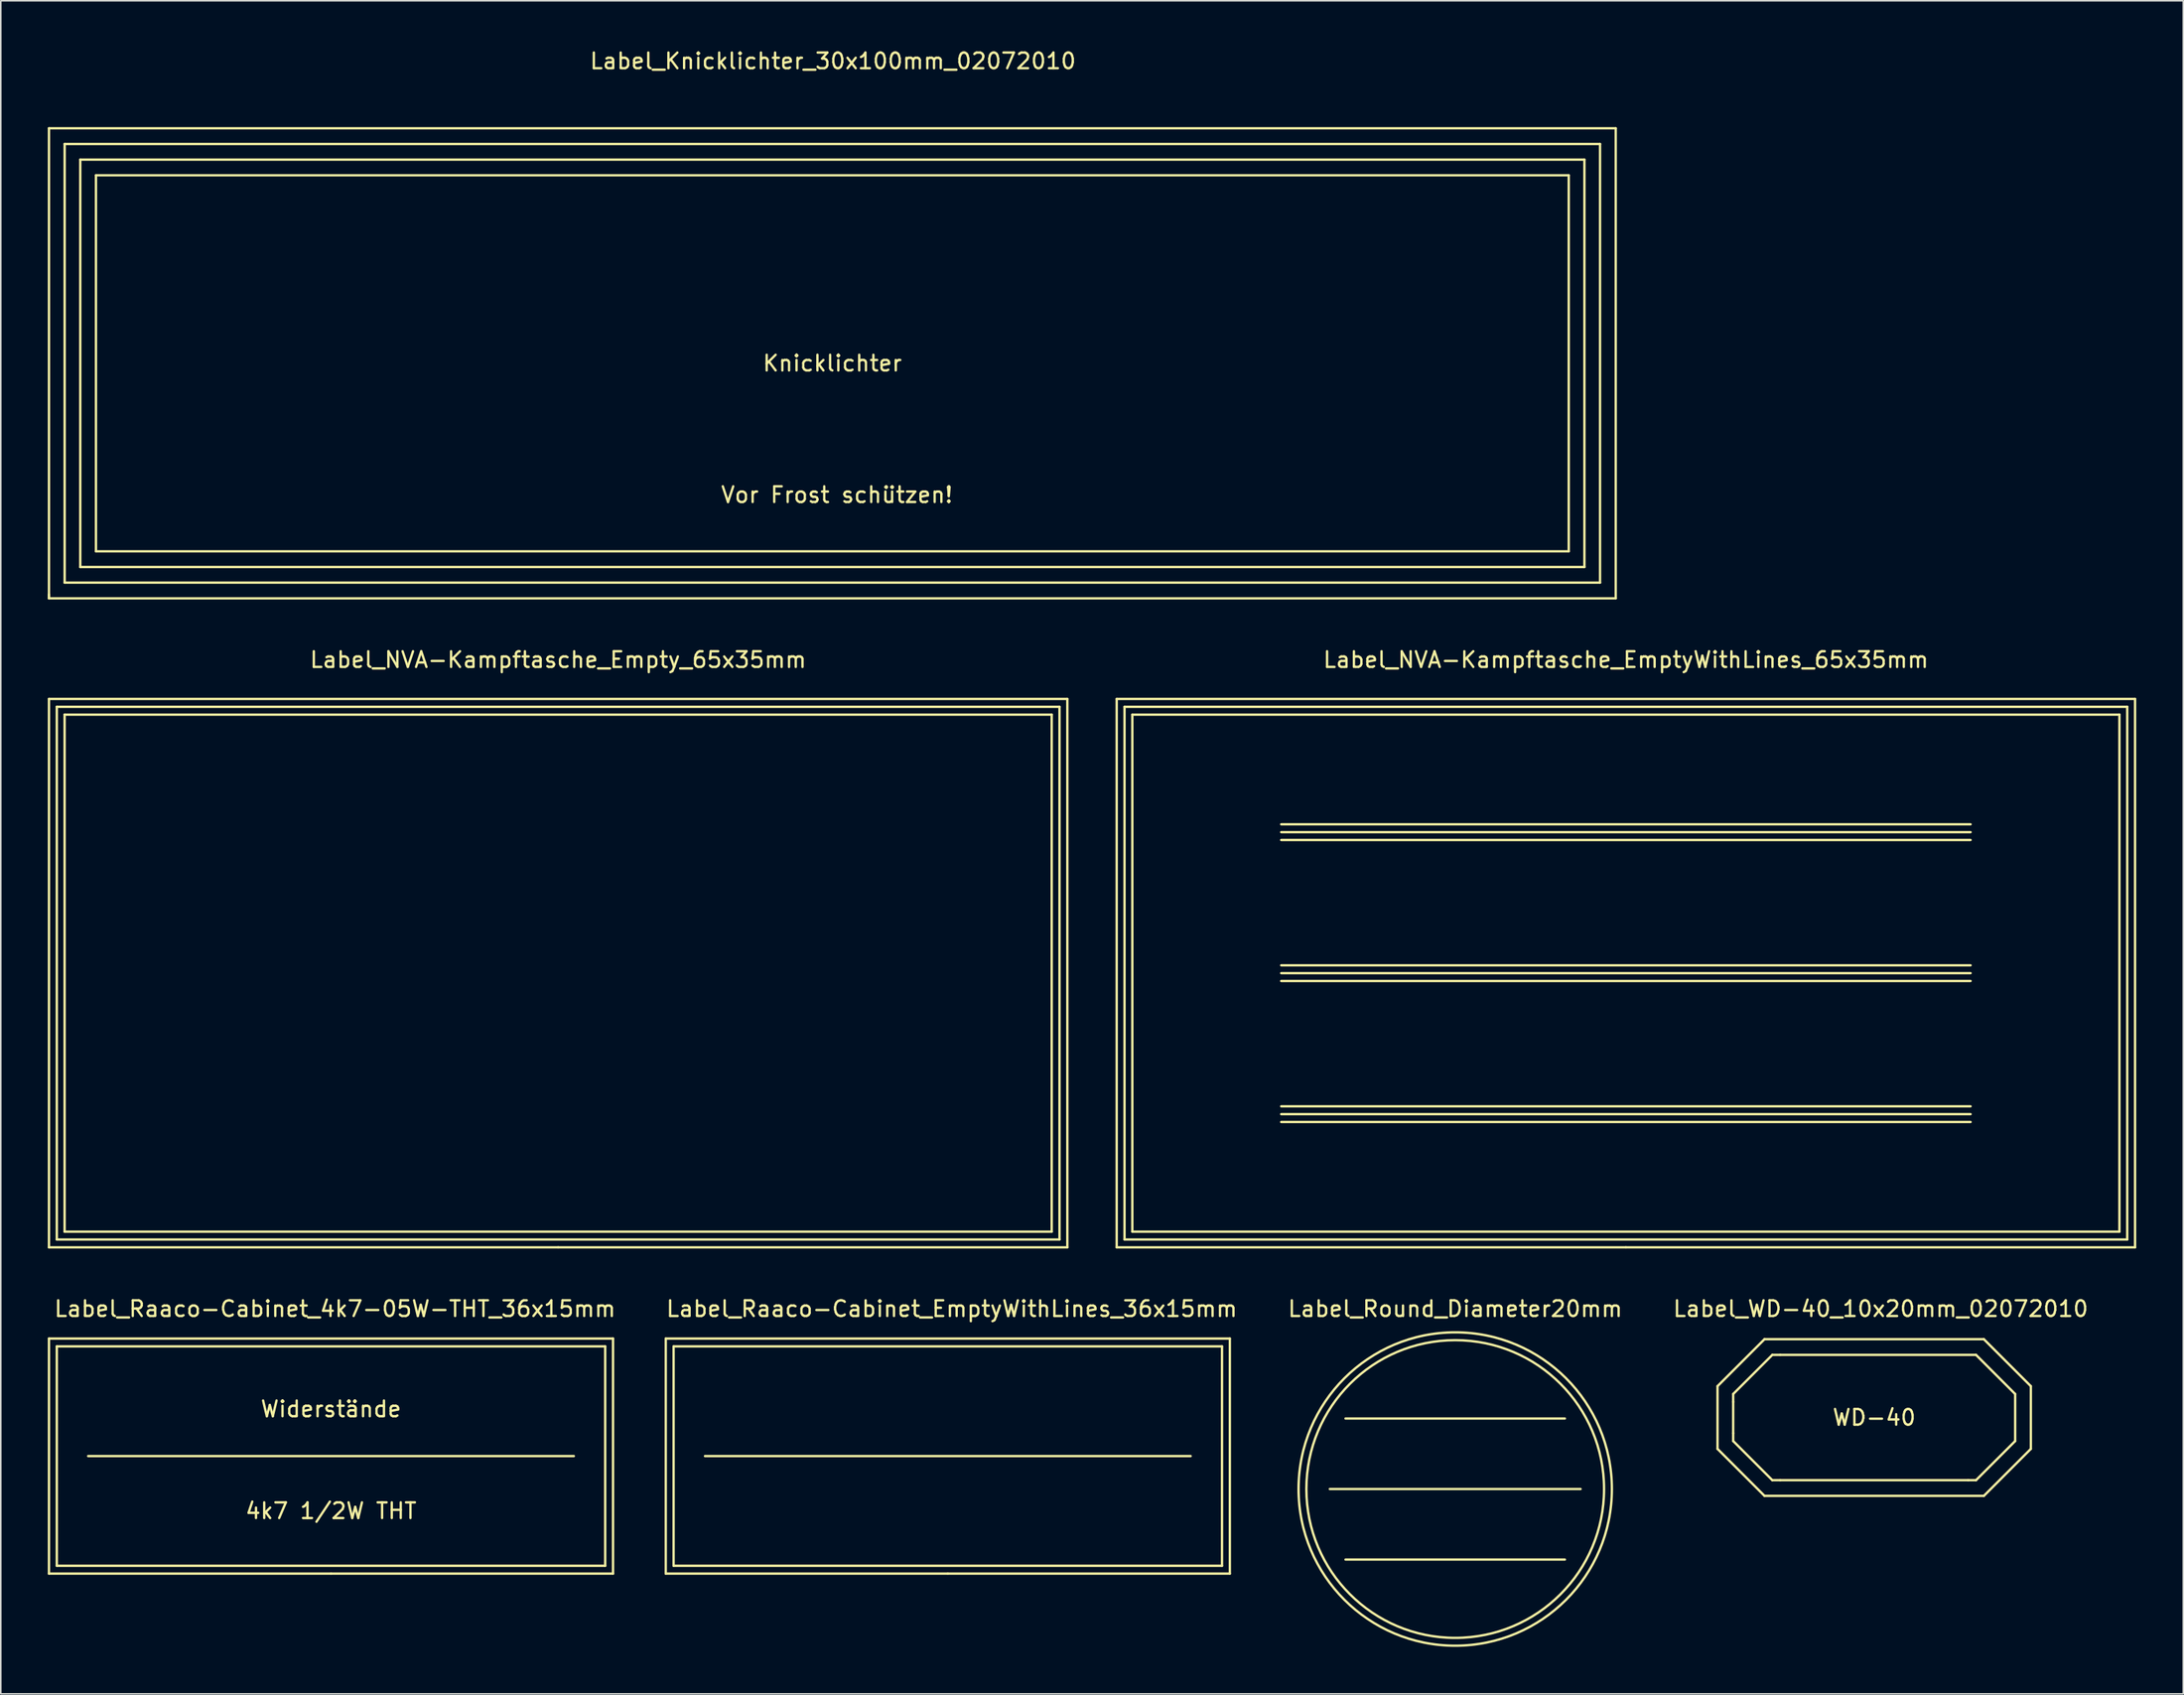
<source format=kicad_pcb>
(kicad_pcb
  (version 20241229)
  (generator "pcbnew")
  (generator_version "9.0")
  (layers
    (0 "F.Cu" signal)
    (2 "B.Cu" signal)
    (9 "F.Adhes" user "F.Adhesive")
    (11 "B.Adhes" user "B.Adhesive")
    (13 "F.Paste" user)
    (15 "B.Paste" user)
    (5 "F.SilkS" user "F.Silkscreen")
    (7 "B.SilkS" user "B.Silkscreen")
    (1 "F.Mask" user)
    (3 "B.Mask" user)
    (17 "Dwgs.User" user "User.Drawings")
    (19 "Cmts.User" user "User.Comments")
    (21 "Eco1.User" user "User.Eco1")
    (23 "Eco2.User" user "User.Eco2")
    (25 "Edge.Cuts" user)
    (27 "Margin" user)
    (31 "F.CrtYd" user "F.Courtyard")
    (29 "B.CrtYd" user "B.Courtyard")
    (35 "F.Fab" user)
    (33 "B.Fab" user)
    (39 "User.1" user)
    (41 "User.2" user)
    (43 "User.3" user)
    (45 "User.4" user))
  (footprint "Label_WD-40_10x20mm_02072010"
    (layer "F.Cu")
    (at 116.985 87.597)
    (property "Reference" "Label_WD-40_10x20mm_02072010" (at 0 -7.112 0) (layer "F.SilkS") (effects (font (size 1 1) (thickness 0.15))))
    (attr through_hole)
    (fp_line (start -10.414 -2.174) (end -10.414 1.826) (stroke (width 0.15) (type solid)) (layer "F.SilkS"))
    (fp_line (start -10.414 -2.174) (end -7.414 -5.174) (stroke (width 0.15) (type solid)) (layer "F.SilkS"))
    (fp_line (start -10.414 1.826) (end -7.414 4.826) (stroke (width 0.15) (type solid)) (layer "F.SilkS"))
    (fp_line (start -9.413 -1.674) (end -6.914 -4.173) (stroke (width 0.15) (type solid)) (layer "F.SilkS"))
    (fp_line (start -9.413 -1.173) (end -9.413 -1.674) (stroke (width 0.15) (type solid)) (layer "F.SilkS"))
    (fp_line (start -9.413 -1.173) (end -9.413 0.826) (stroke (width 0.15) (type solid)) (layer "F.SilkS"))
    (fp_line (start -9.413 0.826) (end -9.413 1.326) (stroke (width 0.15) (type solid)) (layer "F.SilkS"))
    (fp_line (start -9.413 1.326) (end -6.914 3.825) (stroke (width 0.15) (type solid)) (layer "F.SilkS"))
    (fp_line (start -7.414 -5.174) (end 6.586 -5.174) (stroke (width 0.15) (type solid)) (layer "F.SilkS"))
    (fp_line (start -6.914 -4.173) (end -6.413 -4.173) (stroke (width 0.15) (type solid)) (layer "F.SilkS"))
    (fp_line (start -6.914 3.825) (end -6.413 3.825) (stroke (width 0.15) (type solid)) (layer "F.SilkS"))
    (fp_line (start -6.413 3.825) (end 5.585 3.825) (stroke (width 0.15) (type solid)) (layer "F.SilkS"))
    (fp_line (start 6.086 -4.173) (end -6.413 -4.173) (stroke (width 0.15) (type solid)) (layer "F.SilkS"))
    (fp_line (start 6.086 3.825) (end 5.585 3.825) (stroke (width 0.15) (type solid)) (layer "F.SilkS"))
    (fp_line (start 6.586 4.826) (end -7.414 4.826) (stroke (width 0.15) (type solid)) (layer "F.SilkS"))
    (fp_line (start 6.586 4.826) (end 9.586 1.826) (stroke (width 0.15) (type solid)) (layer "F.SilkS"))
    (fp_line (start 8.585 -1.674) (end 6.086 -4.173) (stroke (width 0.15) (type solid)) (layer "F.SilkS"))
    (fp_line (start 8.585 -1.674) (end 8.585 1.326) (stroke (width 0.15) (type solid)) (layer "F.SilkS"))
    (fp_line (start 8.585 1.326) (end 6.086 3.825) (stroke (width 0.15) (type solid)) (layer "F.SilkS"))
    (fp_line (start 9.586 -2.174) (end 6.586 -5.174) (stroke (width 0.15) (type solid)) (layer "F.SilkS"))
    (fp_line (start 9.586 -2.174) (end 9.586 1.826) (stroke (width 0.15) (type solid)) (layer "F.SilkS"))
    (fp_text user "WD-40" (at -0.414 -0.175 0) (layer "F.SilkS") (effects (font (size 1 1) (thickness 0.15)))))
  (footprint "Label_Knicklichter_30x100mm_02072010"
    (layer "F.Cu")
    (at 50.113 20.152)
    (property "Reference" "Label_Knicklichter_30x100mm_02072010" (at 0 -19.304 0) (layer "F.SilkS") (effects (font (size 1 1) (thickness 0.15))))
    (attr through_hole)
    (fp_line (start -50.038 -15.014) (end -50.038 14.986) (stroke (width 0.15) (type solid)) (layer "F.SilkS"))
    (fp_line (start -50.038 14.986) (end -50.038 14.737) (stroke (width 0.15) (type solid)) (layer "F.SilkS"))
    (fp_line (start -50.038 14.986) (end 49.962 14.986) (stroke (width 0.15) (type solid)) (layer "F.SilkS"))
    (fp_line (start -49.037 -14.013) (end -49.037 13.985) (stroke (width 0.15) (type solid)) (layer "F.SilkS"))
    (fp_line (start -49.037 13.985) (end 48.961 13.985) (stroke (width 0.15) (type solid)) (layer "F.SilkS"))
    (fp_line (start -48.039 -13.015) (end -48.039 12.987) (stroke (width 0.15) (type solid)) (layer "F.SilkS"))
    (fp_line (start -48.039 12.987) (end 47.963 12.987) (stroke (width 0.15) (type solid)) (layer "F.SilkS"))
    (fp_line (start -47.038 -12.014) (end -47.038 11.986) (stroke (width 0.15) (type solid)) (layer "F.SilkS"))
    (fp_line (start -47.038 11.986) (end 46.962 11.986) (stroke (width 0.15) (type solid)) (layer "F.SilkS"))
    (fp_line (start 46.962 -12.014) (end -47.038 -12.014) (stroke (width 0.15) (type solid)) (layer "F.SilkS"))
    (fp_line (start 46.962 11.986) (end 46.962 -12.014) (stroke (width 0.15) (type solid)) (layer "F.SilkS"))
    (fp_line (start 47.963 -13.015) (end -48.039 -13.015) (stroke (width 0.15) (type solid)) (layer "F.SilkS"))
    (fp_line (start 47.963 12.987) (end 47.963 -13.015) (stroke (width 0.15) (type solid)) (layer "F.SilkS"))
    (fp_line (start 48.961 -14.013) (end -49.037 -14.013) (stroke (width 0.15) (type solid)) (layer "F.SilkS"))
    (fp_line (start 48.961 13.985) (end 48.961 -14.013) (stroke (width 0.15) (type solid)) (layer "F.SilkS"))
    (fp_line (start 49.962 -15.014) (end -50.038 -15.014) (stroke (width 0.15) (type solid)) (layer "F.SilkS"))
    (fp_line (start 49.962 14.986) (end 49.962 -15.014) (stroke (width 0.15) (type solid)) (layer "F.SilkS"))
    (fp_text user "Knicklichter" (at -0.038 -0.015 0) (layer "F.SilkS") (effects (font (size 1 1) (thickness 0.15))))
    (fp_text user "Vor Frost schützen!" (at 0.254 8.382 0) (layer "F.SilkS") (effects (font (size 1 1) (thickness 0.15))))
    (fp_text user "" (at -0.038 7.986 0) (layer "F.SilkS") (effects (font (size 1 1) (thickness 0.15)))))
  (footprint "Label_Raaco-Cabinet_4k7-05W-THT_36x15mm"
    (layer "F.Cu")
    (at 18.076 89.883)
    (property "Reference" "Label_Raaco-Cabinet_4k7-05W-THT_36x15mm" (at 0.254 -9.398 0) (layer "F.SilkS") (effects (font (size 1 1) (thickness 0.15))))
    (attr through_hole)
    (fp_line (start -18.001 -7.501) (end -18.001 7.501) (stroke (width 0.15) (type solid)) (layer "F.SilkS"))
    (fp_line (start -18.001 7.501) (end 0 7.501) (stroke (width 0.15) (type solid)) (layer "F.SilkS"))
    (fp_line (start -17.501 -7) (end 17.501 -7) (stroke (width 0.15) (type solid)) (layer "F.SilkS"))
    (fp_line (start -17.501 7) (end -17.501 -7) (stroke (width 0.15) (type solid)) (layer "F.SilkS"))
    (fp_line (start -15.499 0) (end 15.499 0) (stroke (width 0.15) (type solid)) (layer "F.SilkS"))
    (fp_line (start 0 7.501) (end 18.001 7.501) (stroke (width 0.15) (type solid)) (layer "F.SilkS"))
    (fp_line (start 17.501 -7) (end 17.501 7) (stroke (width 0.15) (type solid)) (layer "F.SilkS"))
    (fp_line (start 17.501 7) (end -17.501 7) (stroke (width 0.15) (type solid)) (layer "F.SilkS"))
    (fp_line (start 18.001 -7.501) (end -18.001 -7.501) (stroke (width 0.15) (type solid)) (layer "F.SilkS"))
    (fp_line (start 18.001 7.501) (end 18.001 -7.501) (stroke (width 0.15) (type solid)) (layer "F.SilkS"))
    (fp_text user "4k7 1/2W THT" (at 0 3.5 0) (layer "F.SilkS") (effects (font (size 1 1) (thickness 0.15))))
    (fp_text user "Widerstände" (at 0 -3 0) (layer "F.SilkS") (effects (font (size 1 1) (thickness 0.15)))))
  (footprint "Label_Round_Diameter20mm"
    (layer "F.Cu")
    (at 89.83 91.986)
    (property "Reference" "Label_Round_Diameter20mm" (at 0 -11.501 0) (layer "F.SilkS") (effects (font (size 1 1) (thickness 0.15))))
    (attr through_hole)
    (fp_line (start -8.001 0) (end 8.001 0) (stroke (width 0.15) (type solid)) (layer "F.SilkS"))
    (fp_line (start -7 -4.501) (end 7 -4.501) (stroke (width 0.15) (type solid)) (layer "F.SilkS"))
    (fp_line (start -7 4.501) (end 7 4.501) (stroke (width 0.15) (type solid)) (layer "F.SilkS"))
    (fp_circle (center 0 0) (end 9.5 0) (stroke (width 0.15) (type solid)) (fill no) (layer "F.SilkS"))
    (fp_circle (center 0 0) (end 10 0) (stroke (width 0.15) (type solid)) (fill no) (layer "F.SilkS")))
  (footprint "Label_NVA-Kampftasche_Empty_65x35mm"
    (layer "F.Cu")
    (at 32.574 59.061)
    (property "Reference" "Label_NVA-Kampftasche_Empty_65x35mm" (at 0 -20 0) (layer "F.SilkS") (effects (font (size 1 1) (thickness 0.15))))
    (attr through_hole)
    (fp_line (start -32.499 -17.501) (end -32.499 17.501) (stroke (width 0.15) (type solid)) (layer "F.SilkS"))
    (fp_line (start -32.499 17.501) (end 0 17.501) (stroke (width 0.15) (type solid)) (layer "F.SilkS"))
    (fp_line (start -31.999 -17) (end 31.999 -17) (stroke (width 0.15) (type solid)) (layer "F.SilkS"))
    (fp_line (start -31.999 17) (end -31.999 -17) (stroke (width 0.15) (type solid)) (layer "F.SilkS"))
    (fp_line (start -31.501 -16.5) (end 31.501 -16.5) (stroke (width 0.15) (type solid)) (layer "F.SilkS"))
    (fp_line (start -31.501 16.5) (end -31.501 -16.5) (stroke (width 0.15) (type solid)) (layer "F.SilkS"))
    (fp_line (start 0 17.501) (end 32.499 17.501) (stroke (width 0.15) (type solid)) (layer "F.SilkS"))
    (fp_line (start 31.501 -16.5) (end 31.501 16.5) (stroke (width 0.15) (type solid)) (layer "F.SilkS"))
    (fp_line (start 31.501 16.5) (end -31.501 16.5) (stroke (width 0.15) (type solid)) (layer "F.SilkS"))
    (fp_line (start 31.999 -17) (end 31.999 17) (stroke (width 0.15) (type solid)) (layer "F.SilkS"))
    (fp_line (start 31.999 17) (end -31.999 17) (stroke (width 0.15) (type solid)) (layer "F.SilkS"))
    (fp_line (start 32.499 -17.501) (end -32.499 -17.501) (stroke (width 0.15) (type solid)) (layer "F.SilkS"))
    (fp_line (start 32.499 17.501) (end 32.499 -17.501) (stroke (width 0.15) (type solid)) (layer "F.SilkS")))
  (footprint "Label_NVA-Kampftasche_EmptyWithLines_65x35mm"
    (layer "F.Cu")
    (at 100.723 59.061)
    (property "Reference" "Label_NVA-Kampftasche_EmptyWithLines_65x35mm" (at 0 -20 0) (layer "F.SilkS") (effects (font (size 1 1) (thickness 0.15))))
    (attr through_hole)
    (fp_line (start -32.499 -17.501) (end -32.499 17.501) (stroke (width 0.15) (type solid)) (layer "F.SilkS"))
    (fp_line (start -32.499 17.501) (end 0 17.501) (stroke (width 0.15) (type solid)) (layer "F.SilkS"))
    (fp_line (start -31.999 -17) (end 31.999 -17) (stroke (width 0.15) (type solid)) (layer "F.SilkS"))
    (fp_line (start -31.999 17) (end -31.999 -17) (stroke (width 0.15) (type solid)) (layer "F.SilkS"))
    (fp_line (start -31.501 -16.5) (end 31.501 -16.5) (stroke (width 0.15) (type solid)) (layer "F.SilkS"))
    (fp_line (start -31.501 16.5) (end -31.501 -16.5) (stroke (width 0.15) (type solid)) (layer "F.SilkS"))
    (fp_line (start -21.999 -8.999) (end 21.999 -8.999) (stroke (width 0.15) (type solid)) (layer "F.SilkS"))
    (fp_line (start -21.999 -8.499) (end 21.999 -8.499) (stroke (width 0.15) (type solid)) (layer "F.SilkS"))
    (fp_line (start -21.999 -0.5) (end 21.999 -0.5) (stroke (width 0.15) (type solid)) (layer "F.SilkS"))
    (fp_line (start -21.999 0) (end 21.999 0) (stroke (width 0.15) (type solid)) (layer "F.SilkS"))
    (fp_line (start -21.999 0.5) (end 21.999 0.5) (stroke (width 0.15) (type solid)) (layer "F.SilkS"))
    (fp_line (start -21.999 8.499) (end 21.999 8.499) (stroke (width 0.15) (type solid)) (layer "F.SilkS"))
    (fp_line (start 0 17.501) (end 32.499 17.501) (stroke (width 0.15) (type solid)) (layer "F.SilkS"))
    (fp_line (start 21.999 -9.5) (end -21.999 -9.5) (stroke (width 0.15) (type solid)) (layer "F.SilkS"))
    (fp_line (start 21.999 8.999) (end -21.999 8.999) (stroke (width 0.15) (type solid)) (layer "F.SilkS"))
    (fp_line (start 21.999 9.5) (end -21.999 9.5) (stroke (width 0.15) (type solid)) (layer "F.SilkS"))
    (fp_line (start 31.501 -16.5) (end 31.501 16.5) (stroke (width 0.15) (type solid)) (layer "F.SilkS"))
    (fp_line (start 31.501 16.5) (end -31.501 16.5) (stroke (width 0.15) (type solid)) (layer "F.SilkS"))
    (fp_line (start 31.999 -17) (end 31.999 17) (stroke (width 0.15) (type solid)) (layer "F.SilkS"))
    (fp_line (start 31.999 17) (end -31.999 17) (stroke (width 0.15) (type solid)) (layer "F.SilkS"))
    (fp_line (start 32.499 -17.501) (end -32.499 -17.501) (stroke (width 0.15) (type solid)) (layer "F.SilkS"))
    (fp_line (start 32.499 17.501) (end 32.499 -17.501) (stroke (width 0.15) (type solid)) (layer "F.SilkS")))
  (footprint "Label_Raaco-Cabinet_EmptyWithLines_36x15mm"
    (layer "F.Cu")
    (at 57.445 89.883)
    (property "Reference" "Label_Raaco-Cabinet_EmptyWithLines_36x15mm" (at 0.254 -9.398 0) (layer "F.SilkS") (effects (font (size 1 1) (thickness 0.15))))
    (attr through_hole)
    (fp_line (start -18.001 -7.501) (end -18.001 7.501) (stroke (width 0.15) (type solid)) (layer "F.SilkS"))
    (fp_line (start -18.001 7.501) (end 0 7.501) (stroke (width 0.15) (type solid)) (layer "F.SilkS"))
    (fp_line (start -17.501 -7) (end 17.501 -7) (stroke (width 0.15) (type solid)) (layer "F.SilkS"))
    (fp_line (start -17.501 7) (end -17.501 -7) (stroke (width 0.15) (type solid)) (layer "F.SilkS"))
    (fp_line (start -15.499 0) (end 15.499 0) (stroke (width 0.15) (type solid)) (layer "F.SilkS"))
    (fp_line (start 0 7.501) (end 18.001 7.501) (stroke (width 0.15) (type solid)) (layer "F.SilkS"))
    (fp_line (start 17.501 -7) (end 17.501 7) (stroke (width 0.15) (type solid)) (layer "F.SilkS"))
    (fp_line (start 17.501 7) (end -17.501 7) (stroke (width 0.15) (type solid)) (layer "F.SilkS"))
    (fp_line (start 18.001 -7.501) (end -18.001 -7.501) (stroke (width 0.15) (type solid)) (layer "F.SilkS"))
    (fp_line (start 18.001 7.501) (end 18.001 -7.501) (stroke (width 0.15) (type solid)) (layer "F.SilkS")))
  (gr_rect
    (start -3 -3)
    (end 136.297 105.061)
    (stroke (width 0.1) (type default))
    (fill no)
    (layer "Edge.Cuts")))
</source>
